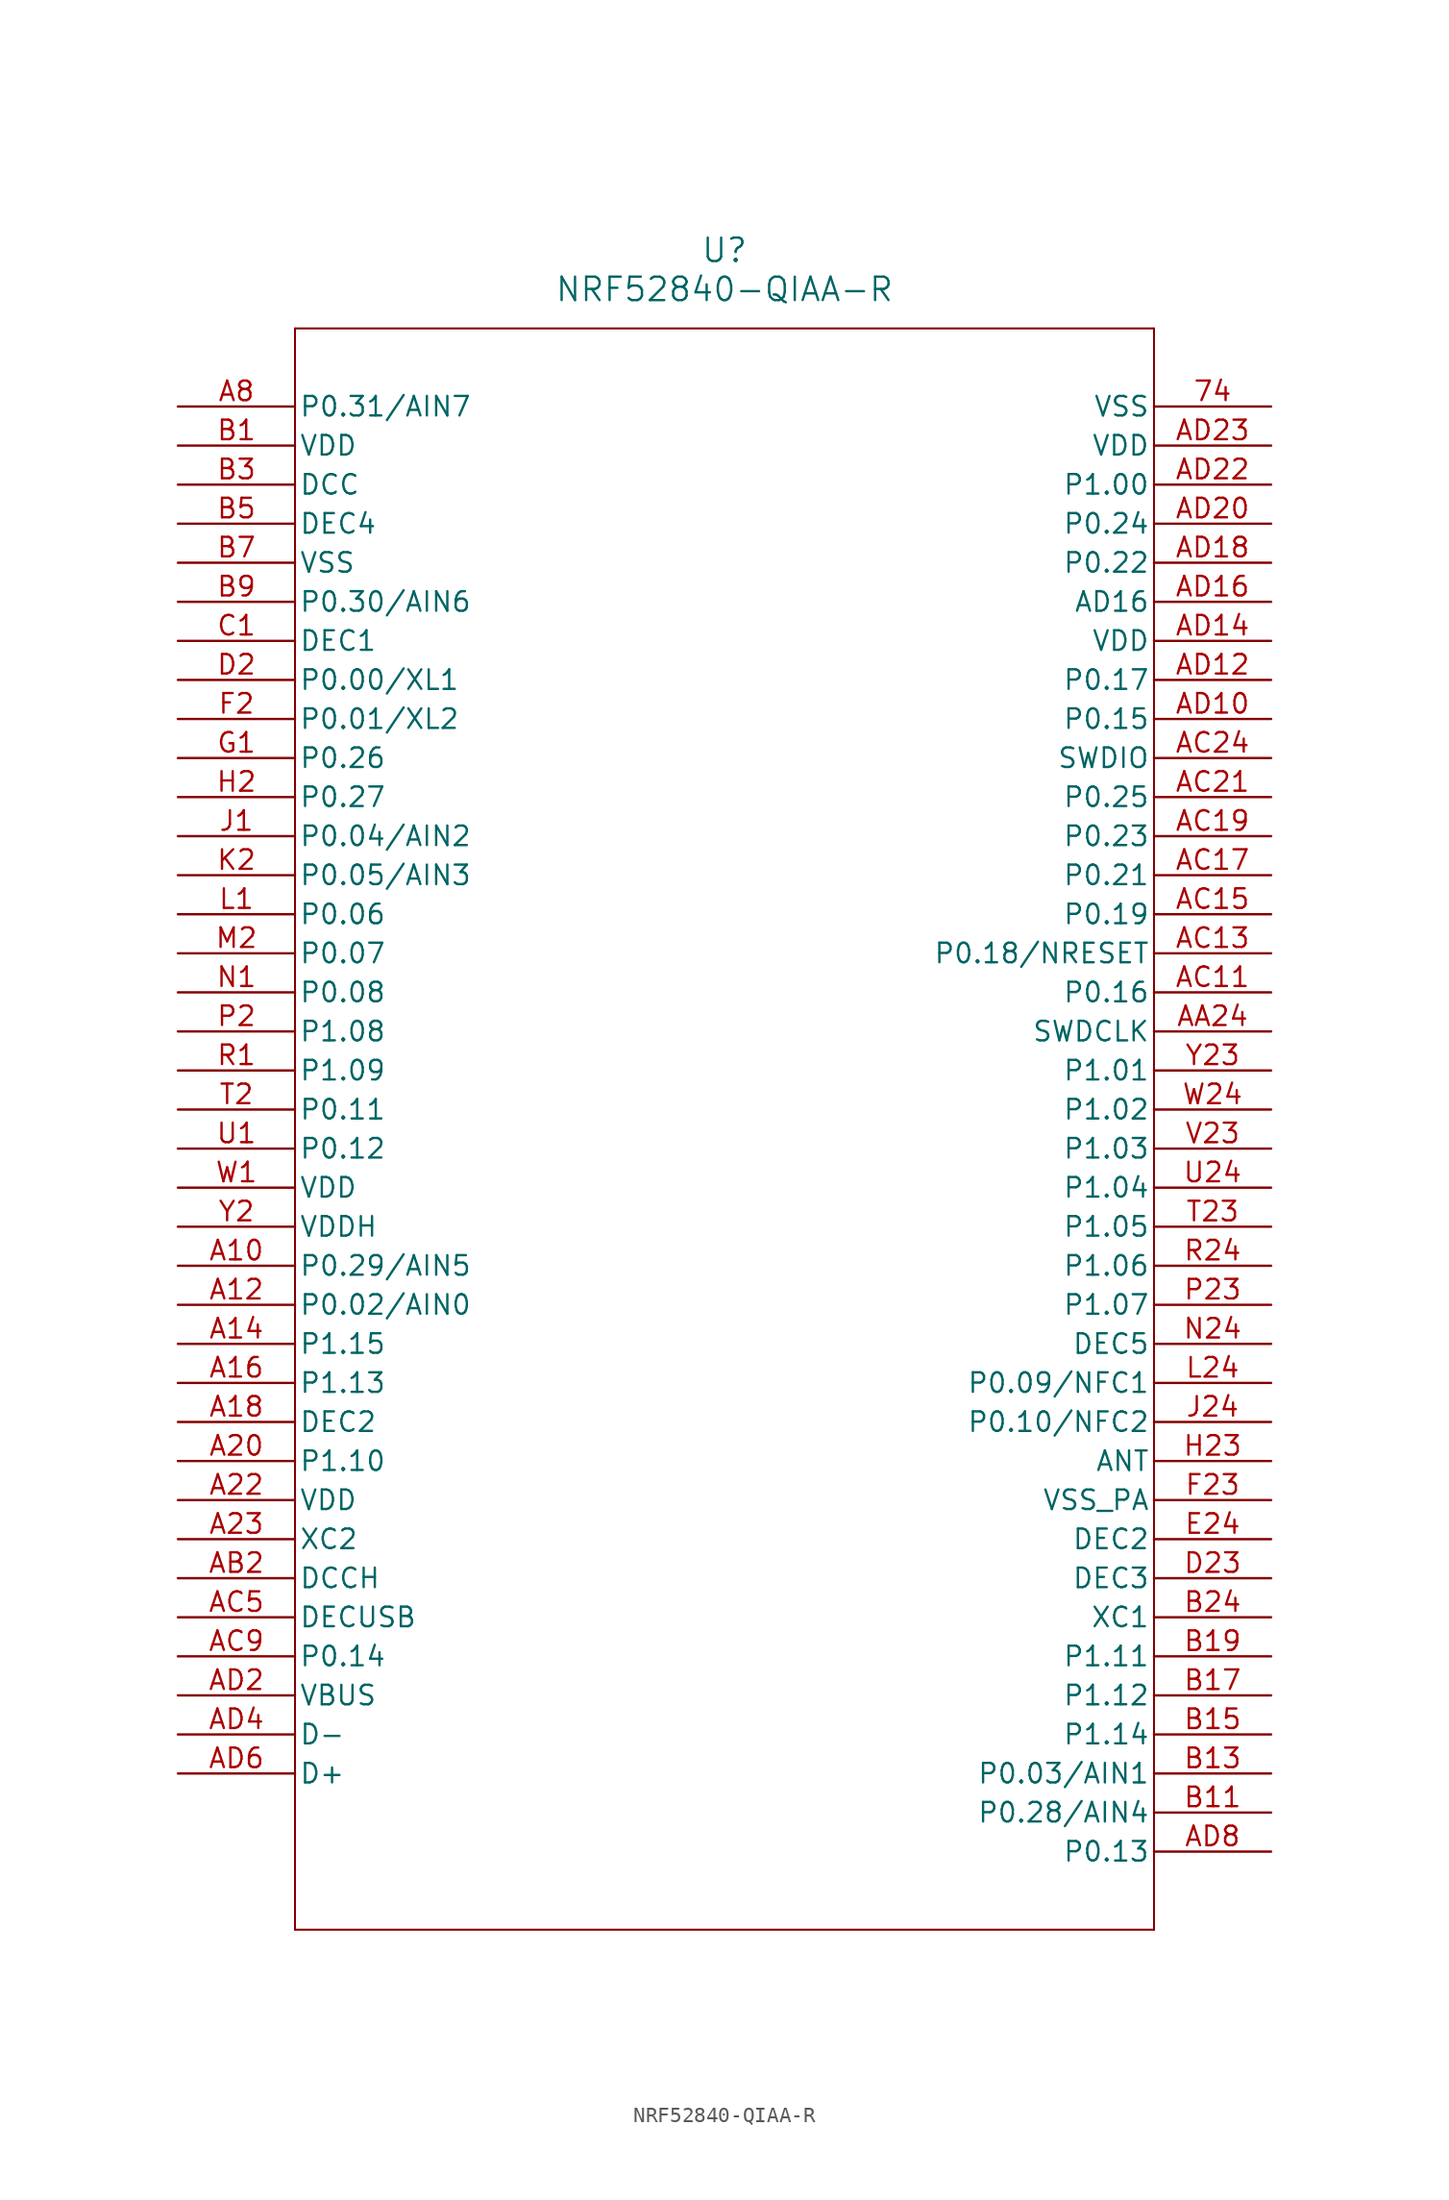
<source format=kicad_sym>
(kicad_symbol_lib
  (version 20211014)
  (generator kicad_symbol_editor)
  (symbol "NRF52840-QIAA-R"
    (pin_names
      (offset 0.254))
    (property "Reference" "U"
      (at 35.56 10.16 0)
      (effects (font (size 1.524 1.524))))
    (property "Value" "NRF52840-QIAA-R"
      (at 35.56 7.62 0)
      (effects (font (size 1.524 1.524))))
    (symbol "NRF52840-QIAA-R_0_1"
      (polyline (pts (xy 7.62 5.08) (xy 7.62 -99.06)) (stroke (width 0.127) (type default) (color 0 0 0 0)) (fill (type none)))
      (polyline (pts (xy 7.62 -99.06) (xy 63.5 -99.06)) (stroke (width 0.127) (type default) (color 0 0 0 0)) (fill (type none)))
      (polyline (pts (xy 63.5 -99.06) (xy 63.5 5.08)) (stroke (width 0.127) (type default) (color 0 0 0 0)) (fill (type none)))
      (polyline (pts (xy 63.5 5.08) (xy 7.62 5.08)) (stroke (width 0.127) (type default) (color 0 0 0 0)) (fill (type none)))
      (pin bidirectional line (at 0 0 0) (length 7.62) (name "P0.31/AIN7" (effects (font (size 1.27 1.27)))) (number "A8" (effects (font (size 1.27 1.27)))))
      (pin power_in line (at 0 -2.54 0) (length 7.62) (name "VDD" (effects (font (size 1.27 1.27)))) (number "B1" (effects (font (size 1.27 1.27)))))
      (pin power_in line (at 0 -5.08 0) (length 7.62) (name "DCC" (effects (font (size 1.27 1.27)))) (number "B3" (effects (font (size 1.27 1.27)))))
      (pin power_in line (at 0 -7.62 0) (length 7.62) (name "DEC4" (effects (font (size 1.27 1.27)))) (number "B5" (effects (font (size 1.27 1.27)))))
      (pin power_in line (at 0 -10.16 0) (length 7.62) (name "VSS" (effects (font (size 1.27 1.27)))) (number "B7" (effects (font (size 1.27 1.27)))))
      (pin bidirectional line (at 0 -12.7 0) (length 7.62) (name "P0.30/AIN6" (effects (font (size 1.27 1.27)))) (number "B9" (effects (font (size 1.27 1.27)))))
      (pin power_in line (at 0 -15.24 0) (length 7.62) (name "DEC1" (effects (font (size 1.27 1.27)))) (number "C1" (effects (font (size 1.27 1.27)))))
      (pin bidirectional line (at 0 -17.78 0) (length 7.62) (name "P0.00/XL1" (effects (font (size 1.27 1.27)))) (number "D2" (effects (font (size 1.27 1.27)))))
      (pin bidirectional line (at 0 -20.32 0) (length 7.62) (name "P0.01/XL2" (effects (font (size 1.27 1.27)))) (number "F2" (effects (font (size 1.27 1.27)))))
      (pin bidirectional line (at 0 -22.86 0) (length 7.62) (name "P0.26" (effects (font (size 1.27 1.27)))) (number "G1" (effects (font (size 1.27 1.27)))))
      (pin bidirectional line (at 0 -25.4 0) (length 7.62) (name "P0.27" (effects (font (size 1.27 1.27)))) (number "H2" (effects (font (size 1.27 1.27)))))
      (pin bidirectional line (at 0 -27.94 0) (length 7.62) (name "P0.04/AIN2" (effects (font (size 1.27 1.27)))) (number "J1" (effects (font (size 1.27 1.27)))))
      (pin bidirectional line (at 0 -30.48 0) (length 7.62) (name "P0.05/AIN3" (effects (font (size 1.27 1.27)))) (number "K2" (effects (font (size 1.27 1.27)))))
      (pin bidirectional line (at 0 -33.02 0) (length 7.62) (name "P0.06" (effects (font (size 1.27 1.27)))) (number "L1" (effects (font (size 1.27 1.27)))))
      (pin bidirectional line (at 0 -35.56 0) (length 7.62) (name "P0.07" (effects (font (size 1.27 1.27)))) (number "M2" (effects (font (size 1.27 1.27)))))
      (pin bidirectional line (at 0 -38.1 0) (length 7.62) (name "P0.08" (effects (font (size 1.27 1.27)))) (number "N1" (effects (font (size 1.27 1.27)))))
      (pin bidirectional line (at 0 -40.64 0) (length 7.62) (name "P1.08" (effects (font (size 1.27 1.27)))) (number "P2" (effects (font (size 1.27 1.27)))))
      (pin bidirectional line (at 0 -43.18 0) (length 7.62) (name "P1.09" (effects (font (size 1.27 1.27)))) (number "R1" (effects (font (size 1.27 1.27)))))
      (pin bidirectional line (at 0 -45.72 0) (length 7.62) (name "P0.11" (effects (font (size 1.27 1.27)))) (number "T2" (effects (font (size 1.27 1.27)))))
      (pin bidirectional line (at 0 -48.26 0) (length 7.62) (name "P0.12" (effects (font (size 1.27 1.27)))) (number "U1" (effects (font (size 1.27 1.27)))))
      (pin power_in line (at 0 -50.8 0) (length 7.62) (name "VDD" (effects (font (size 1.27 1.27)))) (number "W1" (effects (font (size 1.27 1.27)))))
      (pin power_in line (at 0 -53.34 0) (length 7.62) (name "VDDH" (effects (font (size 1.27 1.27)))) (number "Y2" (effects (font (size 1.27 1.27)))))
      (pin bidirectional line (at 0 -55.88 0) (length 7.62) (name "P0.29/AIN5" (effects (font (size 1.27 1.27)))) (number "A10" (effects (font (size 1.27 1.27)))))
      (pin bidirectional line (at 0 -58.42 0) (length 7.62) (name "P0.02/AIN0" (effects (font (size 1.27 1.27)))) (number "A12" (effects (font (size 1.27 1.27)))))
      (pin bidirectional line (at 0 -60.96 0) (length 7.62) (name "P1.15" (effects (font (size 1.27 1.27)))) (number "A14" (effects (font (size 1.27 1.27)))))
      (pin bidirectional line (at 0 -63.5 0) (length 7.62) (name "P1.13" (effects (font (size 1.27 1.27)))) (number "A16" (effects (font (size 1.27 1.27)))))
      (pin power_in line (at 0 -66.04 0) (length 7.62) (name "DEC2" (effects (font (size 1.27 1.27)))) (number "A18" (effects (font (size 1.27 1.27)))))
      (pin bidirectional line (at 0 -68.58 0) (length 7.62) (name "P1.10" (effects (font (size 1.27 1.27)))) (number "A20" (effects (font (size 1.27 1.27)))))
      (pin power_in line (at 0 -71.12 0) (length 7.62) (name "VDD" (effects (font (size 1.27 1.27)))) (number "A22" (effects (font (size 1.27 1.27)))))
      (pin input line (at 0 -73.66 0) (length 7.62) (name "XC2" (effects (font (size 1.27 1.27)))) (number "A23" (effects (font (size 1.27 1.27)))))
      (pin power_in line (at 0 -76.2 0) (length 7.62) (name "DCCH" (effects (font (size 1.27 1.27)))) (number "AB2" (effects (font (size 1.27 1.27)))))
      (pin power_in line (at 0 -78.74 0) (length 7.62) (name "DECUSB" (effects (font (size 1.27 1.27)))) (number "AC5" (effects (font (size 1.27 1.27)))))
      (pin bidirectional line (at 0 -81.28 0) (length 7.62) (name "P0.14" (effects (font (size 1.27 1.27)))) (number "AC9" (effects (font (size 1.27 1.27)))))
      (pin power_in line (at 0 -83.82 0) (length 7.62) (name "VBUS" (effects (font (size 1.27 1.27)))) (number "AD2" (effects (font (size 1.27 1.27)))))
      (pin bidirectional line (at 0 -86.36 0) (length 7.62) (name "D-" (effects (font (size 1.27 1.27)))) (number "AD4" (effects (font (size 1.27 1.27)))))
      (pin bidirectional line (at 0 -88.9 0) (length 7.62) (name "D+" (effects (font (size 1.27 1.27)))) (number "AD6" (effects (font (size 1.27 1.27)))))
      (pin bidirectional line (at 71.12 -93.98 180) (length 7.62) (name "P0.13" (effects (font (size 1.27 1.27)))) (number "AD8" (effects (font (size 1.27 1.27)))))
      (pin bidirectional line (at 71.12 -91.44 180) (length 7.62) (name "P0.28/AIN4" (effects (font (size 1.27 1.27)))) (number "B11" (effects (font (size 1.27 1.27)))))
      (pin bidirectional line (at 71.12 -88.9 180) (length 7.62) (name "P0.03/AIN1" (effects (font (size 1.27 1.27)))) (number "B13" (effects (font (size 1.27 1.27)))))
      (pin bidirectional line (at 71.12 -86.36 180) (length 7.62) (name "P1.14" (effects (font (size 1.27 1.27)))) (number "B15" (effects (font (size 1.27 1.27)))))
      (pin bidirectional line (at 71.12 -83.82 180) (length 7.62) (name "P1.12" (effects (font (size 1.27 1.27)))) (number "B17" (effects (font (size 1.27 1.27)))))
      (pin bidirectional line (at 71.12 -81.28 180) (length 7.62) (name "P1.11" (effects (font (size 1.27 1.27)))) (number "B19" (effects (font (size 1.27 1.27)))))
      (pin input line (at 71.12 -78.74 180) (length 7.62) (name "XC1" (effects (font (size 1.27 1.27)))) (number "B24" (effects (font (size 1.27 1.27)))))
      (pin power_in line (at 71.12 -76.2 180) (length 7.62) (name "DEC3" (effects (font (size 1.27 1.27)))) (number "D23" (effects (font (size 1.27 1.27)))))
      (pin power_in line (at 71.12 -73.66 180) (length 7.62) (name "DEC2" (effects (font (size 1.27 1.27)))) (number "E24" (effects (font (size 1.27 1.27)))))
      (pin power_in line (at 71.12 -71.12 180) (length 7.62) (name "VSS_PA" (effects (font (size 1.27 1.27)))) (number "F23" (effects (font (size 1.27 1.27)))))
      (pin unspecified line (at 71.12 -68.58 180) (length 7.62) (name "ANT" (effects (font (size 1.27 1.27)))) (number "H23" (effects (font (size 1.27 1.27)))))
      (pin bidirectional line (at 71.12 -66.04 180) (length 7.62) (name "P0.10/NFC2" (effects (font (size 1.27 1.27)))) (number "J24" (effects (font (size 1.27 1.27)))))
      (pin bidirectional line (at 71.12 -63.5 180) (length 7.62) (name "P0.09/NFC1" (effects (font (size 1.27 1.27)))) (number "L24" (effects (font (size 1.27 1.27)))))
      (pin power_in line (at 71.12 -60.96 180) (length 7.62) (name "DEC5" (effects (font (size 1.27 1.27)))) (number "N24" (effects (font (size 1.27 1.27)))))
      (pin bidirectional line (at 71.12 -58.42 180) (length 7.62) (name "P1.07" (effects (font (size 1.27 1.27)))) (number "P23" (effects (font (size 1.27 1.27)))))
      (pin bidirectional line (at 71.12 -55.88 180) (length 7.62) (name "P1.06" (effects (font (size 1.27 1.27)))) (number "R24" (effects (font (size 1.27 1.27)))))
      (pin bidirectional line (at 71.12 -53.34 180) (length 7.62) (name "P1.05" (effects (font (size 1.27 1.27)))) (number "T23" (effects (font (size 1.27 1.27)))))
      (pin bidirectional line (at 71.12 -50.8 180) (length 7.62) (name "P1.04" (effects (font (size 1.27 1.27)))) (number "U24" (effects (font (size 1.27 1.27)))))
      (pin bidirectional line (at 71.12 -48.26 180) (length 7.62) (name "P1.03" (effects (font (size 1.27 1.27)))) (number "V23" (effects (font (size 1.27 1.27)))))
      (pin bidirectional line (at 71.12 -45.72 180) (length 7.62) (name "P1.02" (effects (font (size 1.27 1.27)))) (number "W24" (effects (font (size 1.27 1.27)))))
      (pin bidirectional line (at 71.12 -43.18 180) (length 7.62) (name "P1.01" (effects (font (size 1.27 1.27)))) (number "Y23" (effects (font (size 1.27 1.27)))))
      (pin unspecified line (at 71.12 -40.64 180) (length 7.62) (name "SWDCLK" (effects (font (size 1.27 1.27)))) (number "AA24" (effects (font (size 1.27 1.27)))))
      (pin bidirectional line (at 71.12 -38.1 180) (length 7.62) (name "P0.16" (effects (font (size 1.27 1.27)))) (number "AC11" (effects (font (size 1.27 1.27)))))
      (pin bidirectional line (at 71.12 -35.56 180) (length 7.62) (name "P0.18/NRESET" (effects (font (size 1.27 1.27)))) (number "AC13" (effects (font (size 1.27 1.27)))))
      (pin bidirectional line (at 71.12 -33.02 180) (length 7.62) (name "P0.19" (effects (font (size 1.27 1.27)))) (number "AC15" (effects (font (size 1.27 1.27)))))
      (pin bidirectional line (at 71.12 -30.48 180) (length 7.62) (name "P0.21" (effects (font (size 1.27 1.27)))) (number "AC17" (effects (font (size 1.27 1.27)))))
      (pin bidirectional line (at 71.12 -27.94 180) (length 7.62) (name "P0.23" (effects (font (size 1.27 1.27)))) (number "AC19" (effects (font (size 1.27 1.27)))))
      (pin bidirectional line (at 71.12 -25.4 180) (length 7.62) (name "P0.25" (effects (font (size 1.27 1.27)))) (number "AC21" (effects (font (size 1.27 1.27)))))
      (pin unspecified line (at 71.12 -22.86 180) (length 7.62) (name "SWDIO" (effects (font (size 1.27 1.27)))) (number "AC24" (effects (font (size 1.27 1.27)))))
      (pin bidirectional line (at 71.12 -20.32 180) (length 7.62) (name "P0.15" (effects (font (size 1.27 1.27)))) (number "AD10" (effects (font (size 1.27 1.27)))))
      (pin bidirectional line (at 71.12 -17.78 180) (length 7.62) (name "P0.17" (effects (font (size 1.27 1.27)))) (number "AD12" (effects (font (size 1.27 1.27)))))
      (pin power_in line (at 71.12 -15.24 180) (length 7.62) (name "VDD" (effects (font (size 1.27 1.27)))) (number "AD14" (effects (font (size 1.27 1.27)))))
      (pin unspecified line (at 71.12 -12.7 180) (length 7.62) (name "AD16" (effects (font (size 1.27 1.27)))) (number "AD16" (effects (font (size 1.27 1.27)))))
      (pin bidirectional line (at 71.12 -10.16 180) (length 7.62) (name "P0.22" (effects (font (size 1.27 1.27)))) (number "AD18" (effects (font (size 1.27 1.27)))))
      (pin bidirectional line (at 71.12 -7.62 180) (length 7.62) (name "P0.24" (effects (font (size 1.27 1.27)))) (number "AD20" (effects (font (size 1.27 1.27)))))
      (pin bidirectional line (at 71.12 -5.08 180) (length 7.62) (name "P1.00" (effects (font (size 1.27 1.27)))) (number "AD22" (effects (font (size 1.27 1.27)))))
      (pin power_in line (at 71.12 -2.54 180) (length 7.62) (name "VDD" (effects (font (size 1.27 1.27)))) (number "AD23" (effects (font (size 1.27 1.27)))))
      (pin power_out line (at 71.12 0 180) (length 7.62) (name "VSS" (effects (font (size 1.27 1.27)))) (number "74" (effects (font (size 1.27 1.27))))))))
</source>
